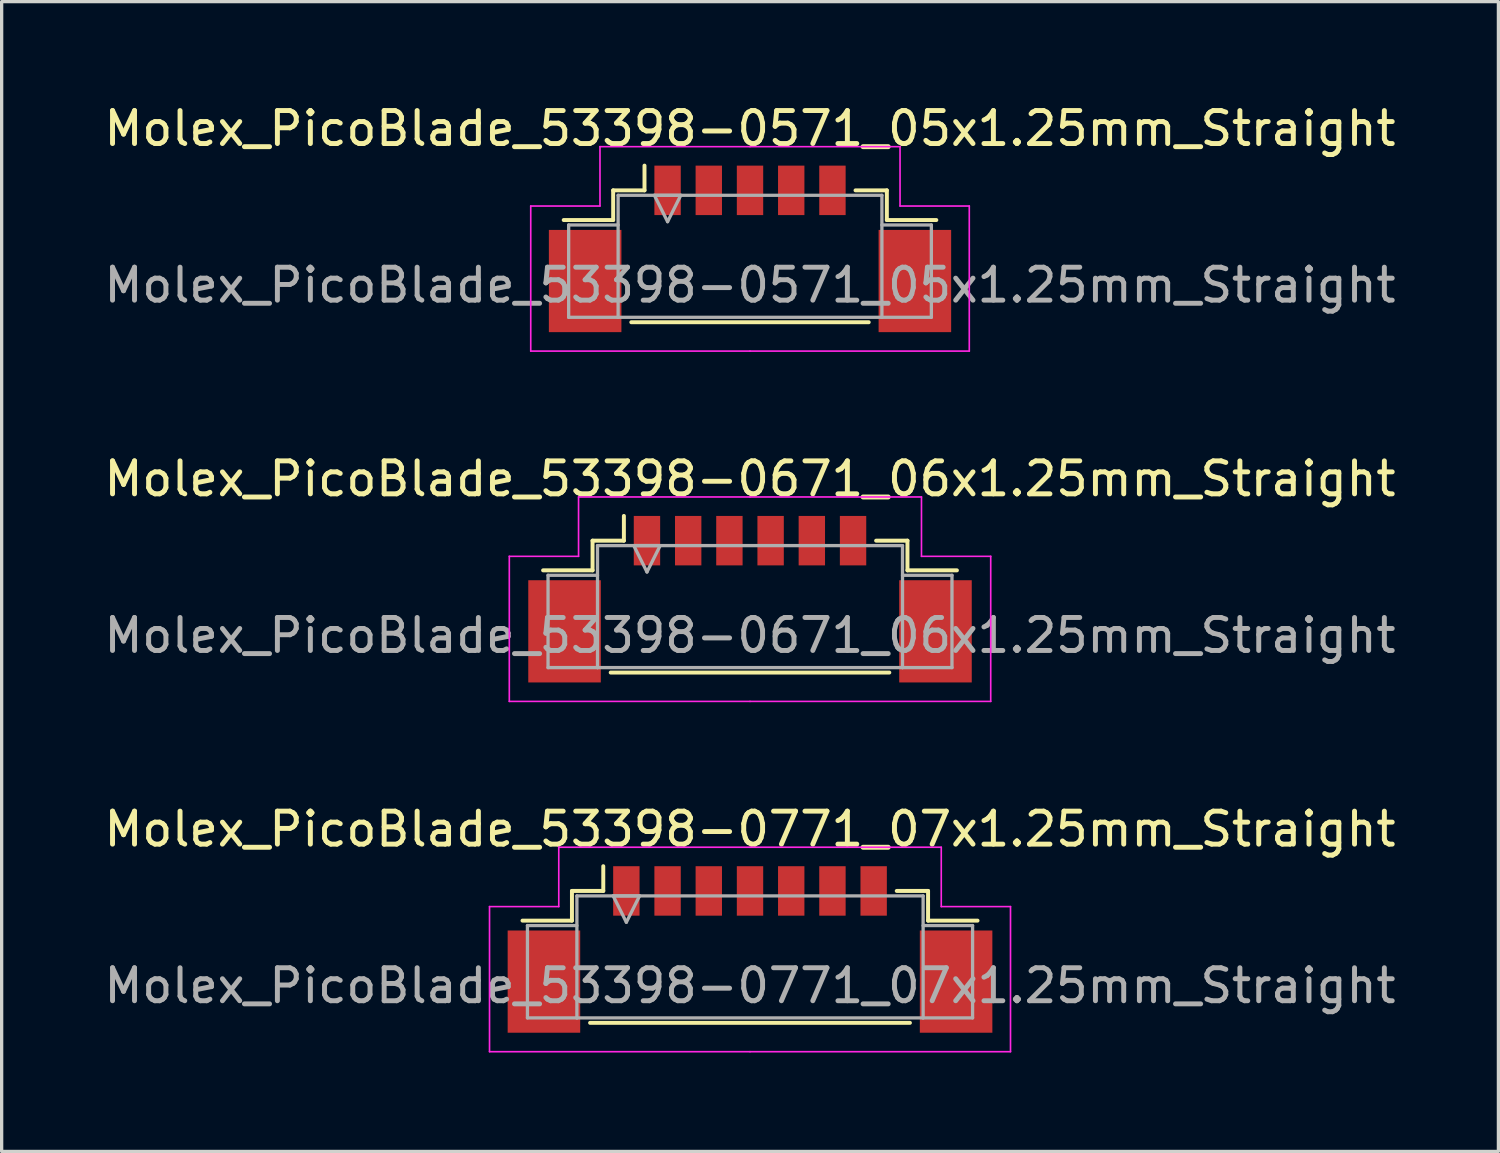
<source format=kicad_pcb>
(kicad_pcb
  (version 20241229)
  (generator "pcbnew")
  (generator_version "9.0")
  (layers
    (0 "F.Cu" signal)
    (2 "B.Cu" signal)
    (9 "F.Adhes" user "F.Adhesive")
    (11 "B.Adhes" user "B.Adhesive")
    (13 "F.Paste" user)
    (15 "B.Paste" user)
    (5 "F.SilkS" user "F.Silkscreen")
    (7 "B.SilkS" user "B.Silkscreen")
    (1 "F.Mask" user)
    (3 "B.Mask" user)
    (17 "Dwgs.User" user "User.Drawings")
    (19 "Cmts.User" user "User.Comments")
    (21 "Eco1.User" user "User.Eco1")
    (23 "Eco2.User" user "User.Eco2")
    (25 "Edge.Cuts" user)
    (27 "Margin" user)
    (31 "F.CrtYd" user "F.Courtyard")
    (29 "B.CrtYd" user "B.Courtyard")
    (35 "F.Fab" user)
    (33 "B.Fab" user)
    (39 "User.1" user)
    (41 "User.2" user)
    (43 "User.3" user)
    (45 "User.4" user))
  (footprint "Molex_PicoBlade_53398-0571_05x1.25mm_Straight"
    (layer "F.Cu")
    (at 19.696 4.098)
    (property "Reference" "Molex_PicoBlade_53398-0571_05x1.25mm_Straight" (at 0 -3.25 0) (layer "F.SilkS") (effects (font (size 1 1) (thickness 0.15))))
    (attr smd)
    (fp_line (start -4.15 -1.375) (end -4.15 -0.475) (stroke (width 0.12) (type solid)) (layer "F.SilkS"))
    (fp_line (start -4.15 -0.475) (end -5.65 -0.475) (stroke (width 0.12) (type solid)) (layer "F.SilkS"))
    (fp_line (start -3.6 2.625) (end 3.6 2.625) (stroke (width 0.12) (type solid)) (layer "F.SilkS"))
    (fp_line (start -3.2 -1.375) (end -4.15 -1.375) (stroke (width 0.12) (type solid)) (layer "F.SilkS"))
    (fp_line (start -3.2 -1.375) (end -3.2 -2.125) (stroke (width 0.12) (type solid)) (layer "F.SilkS"))
    (fp_line (start 3.2 -1.375) (end 4.15 -1.375) (stroke (width 0.12) (type solid)) (layer "F.SilkS"))
    (fp_line (start 4.15 -1.375) (end 4.15 -0.475) (stroke (width 0.12) (type solid)) (layer "F.SilkS"))
    (fp_line (start 4.15 -0.475) (end 5.65 -0.475) (stroke (width 0.12) (type solid)) (layer "F.SilkS"))
    (fp_line (start -6.65 -0.9) (end -6.65 3.5) (stroke (width 0.05) (type solid)) (layer "F.CrtYd"))
    (fp_line (start -6.65 3.5) (end 0 3.5) (stroke (width 0.05) (type solid)) (layer "F.CrtYd"))
    (fp_line (start -4.55 -2.7) (end -4.55 -0.9) (stroke (width 0.05) (type solid)) (layer "F.CrtYd"))
    (fp_line (start -4.55 -0.9) (end -6.65 -0.9) (stroke (width 0.05) (type solid)) (layer "F.CrtYd"))
    (fp_line (start 0 -2.7) (end -4.55 -2.7) (stroke (width 0.05) (type solid)) (layer "F.CrtYd"))
    (fp_line (start 0 -2.7) (end 4.55 -2.7) (stroke (width 0.05) (type solid)) (layer "F.CrtYd"))
    (fp_line (start 4.55 -2.7) (end 4.55 -0.9) (stroke (width 0.05) (type solid)) (layer "F.CrtYd"))
    (fp_line (start 4.55 -0.9) (end 6.65 -0.9) (stroke (width 0.05) (type solid)) (layer "F.CrtYd"))
    (fp_line (start 6.65 -0.9) (end 6.65 3.5) (stroke (width 0.05) (type solid)) (layer "F.CrtYd"))
    (fp_line (start 6.65 3.5) (end 0 3.5) (stroke (width 0.05) (type solid)) (layer "F.CrtYd"))
    (fp_line (start -5.5 -0.325) (end -4 -0.325) (stroke (width 0.1) (type solid)) (layer "F.Fab"))
    (fp_line (start -5.5 2.475) (end -5.5 -0.325) (stroke (width 0.1) (type solid)) (layer "F.Fab"))
    (fp_line (start -4 -1.225) (end -4 2.475) (stroke (width 0.1) (type solid)) (layer "F.Fab"))
    (fp_line (start -4 2.475) (end -5.5 2.475) (stroke (width 0.1) (type solid)) (layer "F.Fab"))
    (fp_line (start -4 2.475) (end 4 2.475) (stroke (width 0.1) (type solid)) (layer "F.Fab"))
    (fp_line (start -2.9 -1.225) (end -2.5 -0.425) (stroke (width 0.1) (type solid)) (layer "F.Fab"))
    (fp_line (start -2.5 -0.425) (end -2.1 -1.225) (stroke (width 0.1) (type solid)) (layer "F.Fab"))
    (fp_line (start -2.1 -1.225) (end -2.9 -1.225) (stroke (width 0.1) (type solid)) (layer "F.Fab"))
    (fp_line (start 4 -1.225) (end -4 -1.225) (stroke (width 0.1) (type solid)) (layer "F.Fab"))
    (fp_line (start 4 2.475) (end 4 -1.225) (stroke (width 0.1) (type solid)) (layer "F.Fab"))
    (fp_line (start 4 2.475) (end 5.5 2.475) (stroke (width 0.1) (type solid)) (layer "F.Fab"))
    (fp_line (start 5.5 -0.325) (end 4 -0.325) (stroke (width 0.1) (type solid)) (layer "F.Fab"))
    (fp_line (start 5.5 2.475) (end 5.5 -0.325) (stroke (width 0.1) (type solid)) (layer "F.Fab"))
    (fp_text user "${REFERENCE}" (at 0 1.5 0) (layer "F.Fab") (effects (font (size 1 1) (thickness 0.15))))
    (pad "" smd rect (at -5 1.375) (size 2.2 3.1) (layers "F.Cu" "F.Mask" "F.Paste"))
    (pad "" smd rect (at 5 1.375) (size 2.2 3.1) (layers "F.Cu" "F.Mask" "F.Paste"))
    (pad "1" smd rect (at -2.5 -1.375) (size 0.8 1.5) (layers "F.Cu" "F.Mask" "F.Paste"))
    (pad "2" smd rect (at -1.25 -1.375) (size 0.8 1.5) (layers "F.Cu" "F.Mask" "F.Paste"))
    (pad "3" smd rect (at 0 -1.375) (size 0.8 1.5) (layers "F.Cu" "F.Mask" "F.Paste"))
    (pad "4" smd rect (at 1.25 -1.375) (size 0.8 1.5) (layers "F.Cu" "F.Mask" "F.Paste"))
    (pad "5" smd rect (at 2.5 -1.375) (size 0.8 1.5) (layers "F.Cu" "F.Mask" "F.Paste")))
  (footprint "Molex_PicoBlade_53398-0671_06x1.25mm_Straight"
    (layer "F.Cu")
    (at 19.696 14.722)
    (property "Reference" "Molex_PicoBlade_53398-0671_06x1.25mm_Straight" (at 0 -3.25 0) (layer "F.SilkS") (effects (font (size 1 1) (thickness 0.15))))
    (attr smd)
    (fp_line (start -4.775 -1.375) (end -4.775 -0.475) (stroke (width 0.12) (type solid)) (layer "F.SilkS"))
    (fp_line (start -4.775 -0.475) (end -6.275 -0.475) (stroke (width 0.12) (type solid)) (layer "F.SilkS"))
    (fp_line (start -4.225 2.625) (end 4.225 2.625) (stroke (width 0.12) (type solid)) (layer "F.SilkS"))
    (fp_line (start -3.825 -1.375) (end -4.775 -1.375) (stroke (width 0.12) (type solid)) (layer "F.SilkS"))
    (fp_line (start -3.825 -1.375) (end -3.825 -2.125) (stroke (width 0.12) (type solid)) (layer "F.SilkS"))
    (fp_line (start 3.825 -1.375) (end 4.775 -1.375) (stroke (width 0.12) (type solid)) (layer "F.SilkS"))
    (fp_line (start 4.775 -1.375) (end 4.775 -0.475) (stroke (width 0.12) (type solid)) (layer "F.SilkS"))
    (fp_line (start 4.775 -0.475) (end 6.275 -0.475) (stroke (width 0.12) (type solid)) (layer "F.SilkS"))
    (fp_line (start -7.3 -0.9) (end -7.3 3.5) (stroke (width 0.05) (type solid)) (layer "F.CrtYd"))
    (fp_line (start -7.3 3.5) (end 0 3.5) (stroke (width 0.05) (type solid)) (layer "F.CrtYd"))
    (fp_line (start -5.2 -2.7) (end -5.2 -0.9) (stroke (width 0.05) (type solid)) (layer "F.CrtYd"))
    (fp_line (start -5.2 -0.9) (end -7.3 -0.9) (stroke (width 0.05) (type solid)) (layer "F.CrtYd"))
    (fp_line (start 0 -2.7) (end -5.2 -2.7) (stroke (width 0.05) (type solid)) (layer "F.CrtYd"))
    (fp_line (start 0 -2.7) (end 5.2 -2.7) (stroke (width 0.05) (type solid)) (layer "F.CrtYd"))
    (fp_line (start 5.2 -2.7) (end 5.2 -0.9) (stroke (width 0.05) (type solid)) (layer "F.CrtYd"))
    (fp_line (start 5.2 -0.9) (end 7.3 -0.9) (stroke (width 0.05) (type solid)) (layer "F.CrtYd"))
    (fp_line (start 7.3 -0.9) (end 7.3 3.5) (stroke (width 0.05) (type solid)) (layer "F.CrtYd"))
    (fp_line (start 7.3 3.5) (end 0 3.5) (stroke (width 0.05) (type solid)) (layer "F.CrtYd"))
    (fp_line (start -6.125 -0.325) (end -4.625 -0.325) (stroke (width 0.1) (type solid)) (layer "F.Fab"))
    (fp_line (start -6.125 2.475) (end -6.125 -0.325) (stroke (width 0.1) (type solid)) (layer "F.Fab"))
    (fp_line (start -4.625 -1.225) (end -4.625 2.475) (stroke (width 0.1) (type solid)) (layer "F.Fab"))
    (fp_line (start -4.625 2.475) (end -6.125 2.475) (stroke (width 0.1) (type solid)) (layer "F.Fab"))
    (fp_line (start -4.625 2.475) (end 4.625 2.475) (stroke (width 0.1) (type solid)) (layer "F.Fab"))
    (fp_line (start -3.525 -1.225) (end -3.125 -0.425) (stroke (width 0.1) (type solid)) (layer "F.Fab"))
    (fp_line (start -3.125 -0.425) (end -2.725 -1.225) (stroke (width 0.1) (type solid)) (layer "F.Fab"))
    (fp_line (start -2.725 -1.225) (end -3.525 -1.225) (stroke (width 0.1) (type solid)) (layer "F.Fab"))
    (fp_line (start 4.625 -1.225) (end -4.625 -1.225) (stroke (width 0.1) (type solid)) (layer "F.Fab"))
    (fp_line (start 4.625 2.475) (end 4.625 -1.225) (stroke (width 0.1) (type solid)) (layer "F.Fab"))
    (fp_line (start 4.625 2.475) (end 6.125 2.475) (stroke (width 0.1) (type solid)) (layer "F.Fab"))
    (fp_line (start 6.125 -0.325) (end 4.625 -0.325) (stroke (width 0.1) (type solid)) (layer "F.Fab"))
    (fp_line (start 6.125 2.475) (end 6.125 -0.325) (stroke (width 0.1) (type solid)) (layer "F.Fab"))
    (fp_text user "${REFERENCE}" (at 0 1.5 0) (layer "F.Fab") (effects (font (size 1 1) (thickness 0.15))))
    (pad "" smd rect (at -5.625 1.375) (size 2.2 3.1) (layers "F.Cu" "F.Mask" "F.Paste"))
    (pad "" smd rect (at 5.625 1.375) (size 2.2 3.1) (layers "F.Cu" "F.Mask" "F.Paste"))
    (pad "1" smd rect (at -3.125 -1.375) (size 0.8 1.5) (layers "F.Cu" "F.Mask" "F.Paste"))
    (pad "2" smd rect (at -1.875 -1.375) (size 0.8 1.5) (layers "F.Cu" "F.Mask" "F.Paste"))
    (pad "3" smd rect (at -0.625 -1.375) (size 0.8 1.5) (layers "F.Cu" "F.Mask" "F.Paste"))
    (pad "4" smd rect (at 0.625 -1.375) (size 0.8 1.5) (layers "F.Cu" "F.Mask" "F.Paste"))
    (pad "5" smd rect (at 1.875 -1.375) (size 0.8 1.5) (layers "F.Cu" "F.Mask" "F.Paste"))
    (pad "6" smd rect (at 3.125 -1.375) (size 0.8 1.5) (layers "F.Cu" "F.Mask" "F.Paste")))
  (footprint "Molex_PicoBlade_53398-0771_07x1.25mm_Straight"
    (layer "F.Cu")
    (at 19.696 25.345)
    (property "Reference" "Molex_PicoBlade_53398-0771_07x1.25mm_Straight" (at 0 -3.25 0) (layer "F.SilkS") (effects (font (size 1 1) (thickness 0.15))))
    (attr smd)
    (fp_line (start -5.4 -1.375) (end -5.4 -0.475) (stroke (width 0.12) (type solid)) (layer "F.SilkS"))
    (fp_line (start -5.4 -0.475) (end -6.9 -0.475) (stroke (width 0.12) (type solid)) (layer "F.SilkS"))
    (fp_line (start -4.85 2.625) (end 4.85 2.625) (stroke (width 0.12) (type solid)) (layer "F.SilkS"))
    (fp_line (start -4.45 -1.375) (end -5.4 -1.375) (stroke (width 0.12) (type solid)) (layer "F.SilkS"))
    (fp_line (start -4.45 -1.375) (end -4.45 -2.125) (stroke (width 0.12) (type solid)) (layer "F.SilkS"))
    (fp_line (start 4.45 -1.375) (end 5.4 -1.375) (stroke (width 0.12) (type solid)) (layer "F.SilkS"))
    (fp_line (start 5.4 -1.375) (end 5.4 -0.475) (stroke (width 0.12) (type solid)) (layer "F.SilkS"))
    (fp_line (start 5.4 -0.475) (end 6.9 -0.475) (stroke (width 0.12) (type solid)) (layer "F.SilkS"))
    (fp_line (start -7.9 -0.9) (end -7.9 3.5) (stroke (width 0.05) (type solid)) (layer "F.CrtYd"))
    (fp_line (start -7.9 3.5) (end 0 3.5) (stroke (width 0.05) (type solid)) (layer "F.CrtYd"))
    (fp_line (start -5.8 -2.7) (end -5.8 -0.9) (stroke (width 0.05) (type solid)) (layer "F.CrtYd"))
    (fp_line (start -5.8 -0.9) (end -7.9 -0.9) (stroke (width 0.05) (type solid)) (layer "F.CrtYd"))
    (fp_line (start 0 -2.7) (end -5.8 -2.7) (stroke (width 0.05) (type solid)) (layer "F.CrtYd"))
    (fp_line (start 0 -2.7) (end 5.8 -2.7) (stroke (width 0.05) (type solid)) (layer "F.CrtYd"))
    (fp_line (start 5.8 -2.7) (end 5.8 -0.9) (stroke (width 0.05) (type solid)) (layer "F.CrtYd"))
    (fp_line (start 5.8 -0.9) (end 7.9 -0.9) (stroke (width 0.05) (type solid)) (layer "F.CrtYd"))
    (fp_line (start 7.9 -0.9) (end 7.9 3.5) (stroke (width 0.05) (type solid)) (layer "F.CrtYd"))
    (fp_line (start 7.9 3.5) (end 0 3.5) (stroke (width 0.05) (type solid)) (layer "F.CrtYd"))
    (fp_line (start -6.75 -0.325) (end -5.25 -0.325) (stroke (width 0.1) (type solid)) (layer "F.Fab"))
    (fp_line (start -6.75 2.475) (end -6.75 -0.325) (stroke (width 0.1) (type solid)) (layer "F.Fab"))
    (fp_line (start -5.25 -1.225) (end -5.25 2.475) (stroke (width 0.1) (type solid)) (layer "F.Fab"))
    (fp_line (start -5.25 2.475) (end -6.75 2.475) (stroke (width 0.1) (type solid)) (layer "F.Fab"))
    (fp_line (start -5.25 2.475) (end 5.25 2.475) (stroke (width 0.1) (type solid)) (layer "F.Fab"))
    (fp_line (start -4.15 -1.225) (end -3.75 -0.425) (stroke (width 0.1) (type solid)) (layer "F.Fab"))
    (fp_line (start -3.75 -0.425) (end -3.35 -1.225) (stroke (width 0.1) (type solid)) (layer "F.Fab"))
    (fp_line (start -3.35 -1.225) (end -4.15 -1.225) (stroke (width 0.1) (type solid)) (layer "F.Fab"))
    (fp_line (start 5.25 -1.225) (end -5.25 -1.225) (stroke (width 0.1) (type solid)) (layer "F.Fab"))
    (fp_line (start 5.25 2.475) (end 5.25 -1.225) (stroke (width 0.1) (type solid)) (layer "F.Fab"))
    (fp_line (start 5.25 2.475) (end 6.75 2.475) (stroke (width 0.1) (type solid)) (layer "F.Fab"))
    (fp_line (start 6.75 -0.325) (end 5.25 -0.325) (stroke (width 0.1) (type solid)) (layer "F.Fab"))
    (fp_line (start 6.75 2.475) (end 6.75 -0.325) (stroke (width 0.1) (type solid)) (layer "F.Fab"))
    (fp_text user "${REFERENCE}" (at 0 1.5 0) (layer "F.Fab") (effects (font (size 1 1) (thickness 0.15))))
    (pad "" smd rect (at -6.25 1.375) (size 2.2 3.1) (layers "F.Cu" "F.Mask" "F.Paste"))
    (pad "" smd rect (at 6.25 1.375) (size 2.2 3.1) (layers "F.Cu" "F.Mask" "F.Paste"))
    (pad "1" smd rect (at -3.75 -1.375) (size 0.8 1.5) (layers "F.Cu" "F.Mask" "F.Paste"))
    (pad "2" smd rect (at -2.5 -1.375) (size 0.8 1.5) (layers "F.Cu" "F.Mask" "F.Paste"))
    (pad "3" smd rect (at -1.25 -1.375) (size 0.8 1.5) (layers "F.Cu" "F.Mask" "F.Paste"))
    (pad "4" smd rect (at 0 -1.375) (size 0.8 1.5) (layers "F.Cu" "F.Mask" "F.Paste"))
    (pad "5" smd rect (at 1.25 -1.375) (size 0.8 1.5) (layers "F.Cu" "F.Mask" "F.Paste"))
    (pad "6" smd rect (at 2.5 -1.375) (size 0.8 1.5) (layers "F.Cu" "F.Mask" "F.Paste"))
    (pad "7" smd rect (at 3.75 -1.375) (size 0.8 1.5) (layers "F.Cu" "F.Mask" "F.Paste")))
  (gr_rect
    (start -3 -3)
    (end 42.393 31.87)
    (stroke (width 0.1) (type default))
    (fill no)
    (layer "Edge.Cuts")))
</source>
